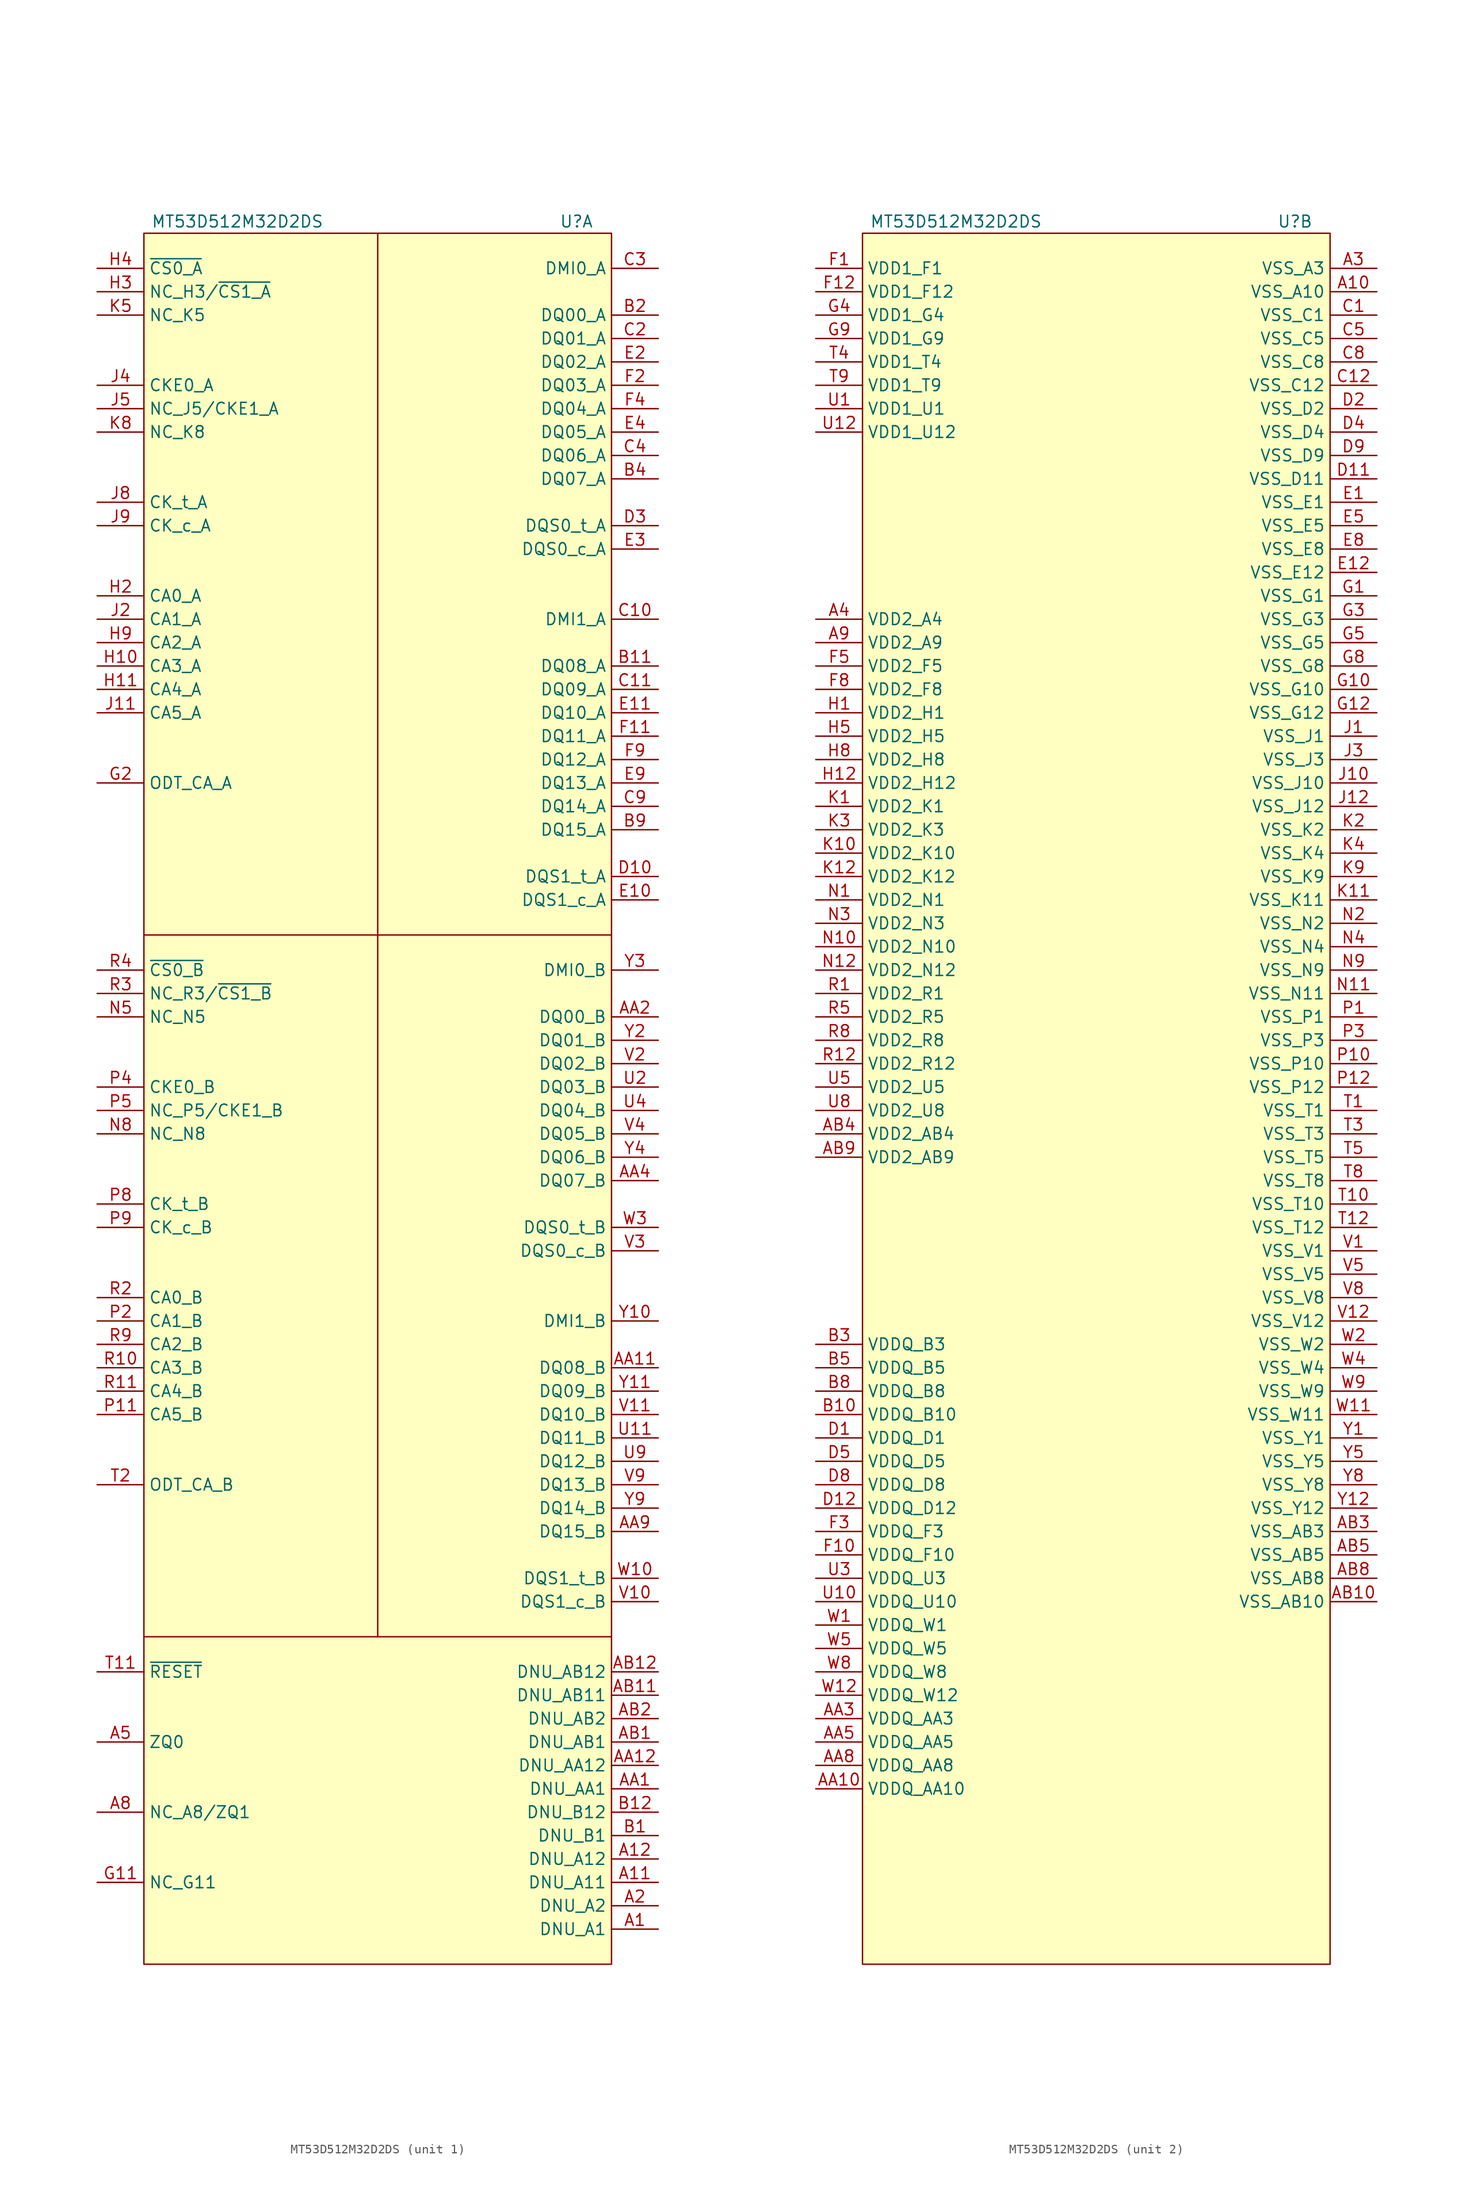
<source format=kicad_sym>
(kicad_symbol_lib
  (version 20211014)
  (generator kicad_symbol_editor)
  (symbol "MT53D512M32D2DS"
    (property "Reference" "U"
      (at 21.59 77.47 0)
      (effects (font (size 1.27 1.27))))
    (property "Value" "MT53D512M32D2DS"
      (at -15.24 77.47 0)
      (effects (font (size 1.27 1.27))))
    (property "ki_locked" ""
      (at 0 0 0)
      (effects (font (size 1.27 1.27))))
    (symbol "MT53D512M32D2DS_1_0"
      (pin passive line (at 30.48 -107.95 180) (length 5.08) (name "DNU_A1" (effects (font (size 1.27 1.27)))) (number "A1" (effects (font (size 1.27 1.27)))))
      (pin passive line (at 30.48 -102.87 180) (length 5.08) (name "DNU_A11" (effects (font (size 1.27 1.27)))) (number "A11" (effects (font (size 1.27 1.27)))))
      (pin passive line (at 30.48 -100.33 180) (length 5.08) (name "DNU_A12" (effects (font (size 1.27 1.27)))) (number "A12" (effects (font (size 1.27 1.27)))))
      (pin passive line (at 30.48 -105.41 180) (length 5.08) (name "DNU_A2" (effects (font (size 1.27 1.27)))) (number "A2" (effects (font (size 1.27 1.27)))))
      (pin passive line (at 30.48 -92.71 180) (length 5.08) (name "DNU_AA1" (effects (font (size 1.27 1.27)))) (number "AA1" (effects (font (size 1.27 1.27)))))
      (pin bidirectional line (at 30.48 -46.99 180) (length 5.08) (name "DQ08_B" (effects (font (size 1.27 1.27)))) (number "AA11" (effects (font (size 1.27 1.27)))))
      (pin passive line (at 30.48 -90.17 180) (length 5.08) (name "DNU_AA12" (effects (font (size 1.27 1.27)))) (number "AA12" (effects (font (size 1.27 1.27)))))
      (pin bidirectional line (at 30.48 -8.89 180) (length 5.08) (name "DQ00_B" (effects (font (size 1.27 1.27)))) (number "AA2" (effects (font (size 1.27 1.27)))))
      (pin bidirectional line (at 30.48 -26.67 180) (length 5.08) (name "DQ07_B" (effects (font (size 1.27 1.27)))) (number "AA4" (effects (font (size 1.27 1.27)))))
      (pin bidirectional line (at 30.48 -64.77 180) (length 5.08) (name "DQ15_B" (effects (font (size 1.27 1.27)))) (number "AA9" (effects (font (size 1.27 1.27)))))
      (pin passive line (at 30.48 -87.63 180) (length 5.08) (name "DNU_AB1" (effects (font (size 1.27 1.27)))) (number "AB1" (effects (font (size 1.27 1.27)))))
      (pin passive line (at 30.48 -82.55 180) (length 5.08) (name "DNU_AB11" (effects (font (size 1.27 1.27)))) (number "AB11" (effects (font (size 1.27 1.27)))))
      (pin passive line (at 30.48 -80.01 180) (length 5.08) (name "DNU_AB12" (effects (font (size 1.27 1.27)))) (number "AB12" (effects (font (size 1.27 1.27)))))
      (pin passive line (at 30.48 -85.09 180) (length 5.08) (name "DNU_AB2" (effects (font (size 1.27 1.27)))) (number "AB2" (effects (font (size 1.27 1.27)))))
      (pin passive line (at 30.48 -97.79 180) (length 5.08) (name "DNU_B1" (effects (font (size 1.27 1.27)))) (number "B1" (effects (font (size 1.27 1.27)))))
      (pin bidirectional line (at 30.48 29.21 180) (length 5.08) (name "DQ08_A" (effects (font (size 1.27 1.27)))) (number "B11" (effects (font (size 1.27 1.27)))))
      (pin passive line (at 30.48 -95.25 180) (length 5.08) (name "DNU_B12" (effects (font (size 1.27 1.27)))) (number "B12" (effects (font (size 1.27 1.27)))))
      (pin bidirectional line (at 30.48 67.31 180) (length 5.08) (name "DQ00_A" (effects (font (size 1.27 1.27)))) (number "B2" (effects (font (size 1.27 1.27)))))
      (pin bidirectional line (at 30.48 49.53 180) (length 5.08) (name "DQ07_A" (effects (font (size 1.27 1.27)))) (number "B4" (effects (font (size 1.27 1.27)))))
      (pin bidirectional line (at 30.48 11.43 180) (length 5.08) (name "DQ15_A" (effects (font (size 1.27 1.27)))) (number "B9" (effects (font (size 1.27 1.27)))))
      (pin bidirectional line (at 30.48 34.29 180) (length 5.08) (name "DMI1_A" (effects (font (size 1.27 1.27)))) (number "C10" (effects (font (size 1.27 1.27)))))
      (pin bidirectional line (at 30.48 26.67 180) (length 5.08) (name "DQ09_A" (effects (font (size 1.27 1.27)))) (number "C11" (effects (font (size 1.27 1.27)))))
      (pin bidirectional line (at 30.48 64.77 180) (length 5.08) (name "DQ01_A" (effects (font (size 1.27 1.27)))) (number "C2" (effects (font (size 1.27 1.27)))))
      (pin bidirectional line (at 30.48 72.39 180) (length 5.08) (name "DMI0_A" (effects (font (size 1.27 1.27)))) (number "C3" (effects (font (size 1.27 1.27)))))
      (pin bidirectional line (at 30.48 52.07 180) (length 5.08) (name "DQ06_A" (effects (font (size 1.27 1.27)))) (number "C4" (effects (font (size 1.27 1.27)))))
      (pin bidirectional line (at 30.48 13.97 180) (length 5.08) (name "DQ14_A" (effects (font (size 1.27 1.27)))) (number "C9" (effects (font (size 1.27 1.27)))))
      (pin bidirectional line (at 30.48 6.35 180) (length 5.08) (name "DQS1_t_A" (effects (font (size 1.27 1.27)))) (number "D10" (effects (font (size 1.27 1.27)))))
      (pin bidirectional line (at 30.48 44.45 180) (length 5.08) (name "DQS0_t_A" (effects (font (size 1.27 1.27)))) (number "D3" (effects (font (size 1.27 1.27)))))
      (pin bidirectional line (at 30.48 3.81 180) (length 5.08) (name "DQS1_c_A" (effects (font (size 1.27 1.27)))) (number "E10" (effects (font (size 1.27 1.27)))))
      (pin bidirectional line (at 30.48 24.13 180) (length 5.08) (name "DQ10_A" (effects (font (size 1.27 1.27)))) (number "E11" (effects (font (size 1.27 1.27)))))
      (pin bidirectional line (at 30.48 62.23 180) (length 5.08) (name "DQ02_A" (effects (font (size 1.27 1.27)))) (number "E2" (effects (font (size 1.27 1.27)))))
      (pin bidirectional line (at 30.48 41.91 180) (length 5.08) (name "DQS0_c_A" (effects (font (size 1.27 1.27)))) (number "E3" (effects (font (size 1.27 1.27)))))
      (pin bidirectional line (at 30.48 54.61 180) (length 5.08) (name "DQ05_A" (effects (font (size 1.27 1.27)))) (number "E4" (effects (font (size 1.27 1.27)))))
      (pin bidirectional line (at 30.48 16.51 180) (length 5.08) (name "DQ13_A" (effects (font (size 1.27 1.27)))) (number "E9" (effects (font (size 1.27 1.27)))))
      (pin bidirectional line (at 30.48 21.59 180) (length 5.08) (name "DQ11_A" (effects (font (size 1.27 1.27)))) (number "F11" (effects (font (size 1.27 1.27)))))
      (pin bidirectional line (at 30.48 59.69 180) (length 5.08) (name "DQ03_A" (effects (font (size 1.27 1.27)))) (number "F2" (effects (font (size 1.27 1.27)))))
      (pin bidirectional line (at 30.48 57.15 180) (length 5.08) (name "DQ04_A" (effects (font (size 1.27 1.27)))) (number "F4" (effects (font (size 1.27 1.27)))))
      (pin bidirectional line (at 30.48 19.05 180) (length 5.08) (name "DQ12_A" (effects (font (size 1.27 1.27)))) (number "F9" (effects (font (size 1.27 1.27)))))
      (pin bidirectional line (at 30.48 -54.61 180) (length 5.08) (name "DQ11_B" (effects (font (size 1.27 1.27)))) (number "U11" (effects (font (size 1.27 1.27)))))
      (pin bidirectional line (at 30.48 -16.51 180) (length 5.08) (name "DQ03_B" (effects (font (size 1.27 1.27)))) (number "U2" (effects (font (size 1.27 1.27)))))
      (pin bidirectional line (at 30.48 -19.05 180) (length 5.08) (name "DQ04_B" (effects (font (size 1.27 1.27)))) (number "U4" (effects (font (size 1.27 1.27)))))
      (pin bidirectional line (at 30.48 -57.15 180) (length 5.08) (name "DQ12_B" (effects (font (size 1.27 1.27)))) (number "U9" (effects (font (size 1.27 1.27)))))
      (pin bidirectional line (at 30.48 -72.39 180) (length 5.08) (name "DQS1_c_B" (effects (font (size 1.27 1.27)))) (number "V10" (effects (font (size 1.27 1.27)))))
      (pin bidirectional line (at 30.48 -52.07 180) (length 5.08) (name "DQ10_B" (effects (font (size 1.27 1.27)))) (number "V11" (effects (font (size 1.27 1.27)))))
      (pin bidirectional line (at 30.48 -13.97 180) (length 5.08) (name "DQ02_B" (effects (font (size 1.27 1.27)))) (number "V2" (effects (font (size 1.27 1.27)))))
      (pin bidirectional line (at 30.48 -34.29 180) (length 5.08) (name "DQS0_c_B" (effects (font (size 1.27 1.27)))) (number "V3" (effects (font (size 1.27 1.27)))))
      (pin bidirectional line (at 30.48 -21.59 180) (length 5.08) (name "DQ05_B" (effects (font (size 1.27 1.27)))) (number "V4" (effects (font (size 1.27 1.27)))))
      (pin bidirectional line (at 30.48 -59.69 180) (length 5.08) (name "DQ13_B" (effects (font (size 1.27 1.27)))) (number "V9" (effects (font (size 1.27 1.27)))))
      (pin bidirectional line (at 30.48 -69.85 180) (length 5.08) (name "DQS1_t_B" (effects (font (size 1.27 1.27)))) (number "W10" (effects (font (size 1.27 1.27)))))
      (pin bidirectional line (at 30.48 -31.75 180) (length 5.08) (name "DQS0_t_B" (effects (font (size 1.27 1.27)))) (number "W3" (effects (font (size 1.27 1.27)))))
      (pin bidirectional line (at 30.48 -41.91 180) (length 5.08) (name "DMI1_B" (effects (font (size 1.27 1.27)))) (number "Y10" (effects (font (size 1.27 1.27)))))
      (pin bidirectional line (at 30.48 -49.53 180) (length 5.08) (name "DQ09_B" (effects (font (size 1.27 1.27)))) (number "Y11" (effects (font (size 1.27 1.27)))))
      (pin bidirectional line (at 30.48 -11.43 180) (length 5.08) (name "DQ01_B" (effects (font (size 1.27 1.27)))) (number "Y2" (effects (font (size 1.27 1.27)))))
      (pin bidirectional line (at 30.48 -3.81 180) (length 5.08) (name "DMI0_B" (effects (font (size 1.27 1.27)))) (number "Y3" (effects (font (size 1.27 1.27)))))
      (pin bidirectional line (at 30.48 -24.13 180) (length 5.08) (name "DQ06_B" (effects (font (size 1.27 1.27)))) (number "Y4" (effects (font (size 1.27 1.27)))))
      (pin bidirectional line (at 30.48 -62.23 180) (length 5.08) (name "DQ14_B" (effects (font (size 1.27 1.27)))) (number "Y9" (effects (font (size 1.27 1.27))))))
    (symbol "MT53D512M32D2DS_1_1"
      (rectangle (start -25.4 76.2) (end 25.4 -111.76) (stroke (width 0.152) (type default) (color 0 0 0 0)) (fill (type background)))
      (polyline (pts (xy 0 -76.2) (xy -25.4 -76.2)) (stroke (width 0.152) (type default) (color 0 0 0 0)) (fill (type none)))
      (polyline (pts (xy 0 0) (xy -25.4 0)) (stroke (width 0.152) (type default) (color 0 0 0 0)) (fill (type none)))
      (polyline (pts (xy 0 76.2) (xy 0 -76.2)) (stroke (width 0.152) (type default) (color 0 0 0 0)) (fill (type none)))
      (polyline (pts (xy 25.4 -76.2) (xy 0 -76.2)) (stroke (width 0.152) (type default) (color 0 0 0 0)) (fill (type none)))
      (polyline (pts (xy 25.4 0) (xy 0 0)) (stroke (width 0.152) (type default) (color 0 0 0 0)) (fill (type none)))
      (pin passive line (at -30.48 -87.63 0) (length 5.08) (name "ZQ0" (effects (font (size 1.27 1.27)))) (number "A5" (effects (font (size 1.27 1.27)))))
      (pin passive line (at -30.48 -95.25 0) (length 5.08) (name "NC_A8/ZQ1" (effects (font (size 1.27 1.27)))) (number "A8" (effects (font (size 1.27 1.27)))))
      (pin passive line (at -30.48 -102.87 0) (length 5.08) (name "NC_G11" (effects (font (size 1.27 1.27)))) (number "G11" (effects (font (size 1.27 1.27)))))
      (pin input line (at -30.48 16.51 0) (length 5.08) (name "ODT_CA_A" (effects (font (size 1.27 1.27)))) (number "G2" (effects (font (size 1.27 1.27)))))
      (pin input line (at -30.48 29.21 0) (length 5.08) (name "CA3_A" (effects (font (size 1.27 1.27)))) (number "H10" (effects (font (size 1.27 1.27)))))
      (pin input line (at -30.48 26.67 0) (length 5.08) (name "CA4_A" (effects (font (size 1.27 1.27)))) (number "H11" (effects (font (size 1.27 1.27)))))
      (pin input line (at -30.48 36.83 0) (length 5.08) (name "CA0_A" (effects (font (size 1.27 1.27)))) (number "H2" (effects (font (size 1.27 1.27)))))
      (pin input line (at -30.48 69.85 0) (length 5.08) (name "NC_H3/~{CS1_A}" (effects (font (size 1.27 1.27)))) (number "H3" (effects (font (size 1.27 1.27)))))
      (pin input line (at -30.48 72.39 0) (length 5.08) (name "~{CS0_A}" (effects (font (size 1.27 1.27)))) (number "H4" (effects (font (size 1.27 1.27)))))
      (pin input line (at -30.48 31.75 0) (length 5.08) (name "CA2_A" (effects (font (size 1.27 1.27)))) (number "H9" (effects (font (size 1.27 1.27)))))
      (pin input line (at -30.48 24.13 0) (length 5.08) (name "CA5_A" (effects (font (size 1.27 1.27)))) (number "J11" (effects (font (size 1.27 1.27)))))
      (pin input line (at -30.48 34.29 0) (length 5.08) (name "CA1_A" (effects (font (size 1.27 1.27)))) (number "J2" (effects (font (size 1.27 1.27)))))
      (pin input line (at -30.48 59.69 0) (length 5.08) (name "CKE0_A" (effects (font (size 1.27 1.27)))) (number "J4" (effects (font (size 1.27 1.27)))))
      (pin input line (at -30.48 57.15 0) (length 5.08) (name "NC_J5/CKE1_A" (effects (font (size 1.27 1.27)))) (number "J5" (effects (font (size 1.27 1.27)))))
      (pin input line (at -30.48 46.99 0) (length 5.08) (name "CK_t_A" (effects (font (size 1.27 1.27)))) (number "J8" (effects (font (size 1.27 1.27)))))
      (pin input line (at -30.48 44.45 0) (length 5.08) (name "CK_c_A" (effects (font (size 1.27 1.27)))) (number "J9" (effects (font (size 1.27 1.27)))))
      (pin passive line (at -30.48 67.31 0) (length 5.08) (name "NC_K5" (effects (font (size 1.27 1.27)))) (number "K5" (effects (font (size 1.27 1.27)))))
      (pin passive line (at -30.48 54.61 0) (length 5.08) (name "NC_K8" (effects (font (size 1.27 1.27)))) (number "K8" (effects (font (size 1.27 1.27)))))
      (pin passive line (at -30.48 -8.89 0) (length 5.08) (name "NC_N5" (effects (font (size 1.27 1.27)))) (number "N5" (effects (font (size 1.27 1.27)))))
      (pin passive line (at -30.48 -21.59 0) (length 5.08) (name "NC_N8" (effects (font (size 1.27 1.27)))) (number "N8" (effects (font (size 1.27 1.27)))))
      (pin input line (at -30.48 -52.07 0) (length 5.08) (name "CA5_B" (effects (font (size 1.27 1.27)))) (number "P11" (effects (font (size 1.27 1.27)))))
      (pin input line (at -30.48 -41.91 0) (length 5.08) (name "CA1_B" (effects (font (size 1.27 1.27)))) (number "P2" (effects (font (size 1.27 1.27)))))
      (pin input line (at -30.48 -16.51 0) (length 5.08) (name "CKE0_B" (effects (font (size 1.27 1.27)))) (number "P4" (effects (font (size 1.27 1.27)))))
      (pin input line (at -30.48 -19.05 0) (length 5.08) (name "NC_P5/CKE1_B" (effects (font (size 1.27 1.27)))) (number "P5" (effects (font (size 1.27 1.27)))))
      (pin input line (at -30.48 -29.21 0) (length 5.08) (name "CK_t_B" (effects (font (size 1.27 1.27)))) (number "P8" (effects (font (size 1.27 1.27)))))
      (pin input line (at -30.48 -31.75 0) (length 5.08) (name "CK_c_B" (effects (font (size 1.27 1.27)))) (number "P9" (effects (font (size 1.27 1.27)))))
      (pin input line (at -30.48 -46.99 0) (length 5.08) (name "CA3_B" (effects (font (size 1.27 1.27)))) (number "R10" (effects (font (size 1.27 1.27)))))
      (pin input line (at -30.48 -49.53 0) (length 5.08) (name "CA4_B" (effects (font (size 1.27 1.27)))) (number "R11" (effects (font (size 1.27 1.27)))))
      (pin input line (at -30.48 -39.37 0) (length 5.08) (name "CA0_B" (effects (font (size 1.27 1.27)))) (number "R2" (effects (font (size 1.27 1.27)))))
      (pin input line (at -30.48 -6.35 0) (length 5.08) (name "NC_R3/~{CS1_B}" (effects (font (size 1.27 1.27)))) (number "R3" (effects (font (size 1.27 1.27)))))
      (pin input line (at -30.48 -3.81 0) (length 5.08) (name "~{CS0_B}" (effects (font (size 1.27 1.27)))) (number "R4" (effects (font (size 1.27 1.27)))))
      (pin input line (at -30.48 -44.45 0) (length 5.08) (name "CA2_B" (effects (font (size 1.27 1.27)))) (number "R9" (effects (font (size 1.27 1.27)))))
      (pin input line (at -30.48 -80.01 0) (length 5.08) (name "~{RESET}" (effects (font (size 1.27 1.27)))) (number "T11" (effects (font (size 1.27 1.27)))))
      (pin input line (at -30.48 -59.69 0) (length 5.08) (name "ODT_CA_B" (effects (font (size 1.27 1.27)))) (number "T2" (effects (font (size 1.27 1.27))))))
    (symbol "MT53D512M32D2DS_2_1"
      (rectangle (start -25.4 76.2) (end 25.4 -111.76) (stroke (width 0.152) (type default) (color 0 0 0 0)) (fill (type background)))
      (pin power_in line (at 30.48 69.85 180) (length 5.08) (name "VSS_A10" (effects (font (size 1.27 1.27)))) (number "A10" (effects (font (size 1.27 1.27)))))
      (pin power_in line (at 30.48 72.39 180) (length 5.08) (name "VSS_A3" (effects (font (size 1.27 1.27)))) (number "A3" (effects (font (size 1.27 1.27)))))
      (pin power_in line (at -30.48 34.29 0) (length 5.08) (name "VDD2_A4" (effects (font (size 1.27 1.27)))) (number "A4" (effects (font (size 1.27 1.27)))))
      (pin power_in line (at -30.48 31.75 0) (length 5.08) (name "VDD2_A9" (effects (font (size 1.27 1.27)))) (number "A9" (effects (font (size 1.27 1.27)))))
      (pin power_in line (at -30.48 -92.71 0) (length 5.08) (name "VDDQ_AA10" (effects (font (size 1.27 1.27)))) (number "AA10" (effects (font (size 1.27 1.27)))))
      (pin power_in line (at -30.48 -85.09 0) (length 5.08) (name "VDDQ_AA3" (effects (font (size 1.27 1.27)))) (number "AA3" (effects (font (size 1.27 1.27)))))
      (pin power_in line (at -30.48 -87.63 0) (length 5.08) (name "VDDQ_AA5" (effects (font (size 1.27 1.27)))) (number "AA5" (effects (font (size 1.27 1.27)))))
      (pin power_in line (at -30.48 -90.17 0) (length 5.08) (name "VDDQ_AA8" (effects (font (size 1.27 1.27)))) (number "AA8" (effects (font (size 1.27 1.27)))))
      (pin power_in line (at 30.48 -72.39 180) (length 5.08) (name "VSS_AB10" (effects (font (size 1.27 1.27)))) (number "AB10" (effects (font (size 1.27 1.27)))))
      (pin power_in line (at 30.48 -64.77 180) (length 5.08) (name "VSS_AB3" (effects (font (size 1.27 1.27)))) (number "AB3" (effects (font (size 1.27 1.27)))))
      (pin power_in line (at -30.48 -21.59 0) (length 5.08) (name "VDD2_AB4" (effects (font (size 1.27 1.27)))) (number "AB4" (effects (font (size 1.27 1.27)))))
      (pin power_in line (at 30.48 -67.31 180) (length 5.08) (name "VSS_AB5" (effects (font (size 1.27 1.27)))) (number "AB5" (effects (font (size 1.27 1.27)))))
      (pin power_in line (at 30.48 -69.85 180) (length 5.08) (name "VSS_AB8" (effects (font (size 1.27 1.27)))) (number "AB8" (effects (font (size 1.27 1.27)))))
      (pin power_in line (at -30.48 -24.13 0) (length 5.08) (name "VDD2_AB9" (effects (font (size 1.27 1.27)))) (number "AB9" (effects (font (size 1.27 1.27)))))
      (pin power_in line (at -30.48 -52.07 0) (length 5.08) (name "VDDQ_B10" (effects (font (size 1.27 1.27)))) (number "B10" (effects (font (size 1.27 1.27)))))
      (pin power_in line (at -30.48 -44.45 0) (length 5.08) (name "VDDQ_B3" (effects (font (size 1.27 1.27)))) (number "B3" (effects (font (size 1.27 1.27)))))
      (pin power_in line (at -30.48 -46.99 0) (length 5.08) (name "VDDQ_B5" (effects (font (size 1.27 1.27)))) (number "B5" (effects (font (size 1.27 1.27)))))
      (pin power_in line (at -30.48 -49.53 0) (length 5.08) (name "VDDQ_B8" (effects (font (size 1.27 1.27)))) (number "B8" (effects (font (size 1.27 1.27)))))
      (pin power_in line (at 30.48 67.31 180) (length 5.08) (name "VSS_C1" (effects (font (size 1.27 1.27)))) (number "C1" (effects (font (size 1.27 1.27)))))
      (pin power_in line (at 30.48 59.69 180) (length 5.08) (name "VSS_C12" (effects (font (size 1.27 1.27)))) (number "C12" (effects (font (size 1.27 1.27)))))
      (pin power_in line (at 30.48 64.77 180) (length 5.08) (name "VSS_C5" (effects (font (size 1.27 1.27)))) (number "C5" (effects (font (size 1.27 1.27)))))
      (pin power_in line (at 30.48 62.23 180) (length 5.08) (name "VSS_C8" (effects (font (size 1.27 1.27)))) (number "C8" (effects (font (size 1.27 1.27)))))
      (pin power_in line (at -30.48 -54.61 0) (length 5.08) (name "VDDQ_D1" (effects (font (size 1.27 1.27)))) (number "D1" (effects (font (size 1.27 1.27)))))
      (pin power_in line (at 30.48 49.53 180) (length 5.08) (name "VSS_D11" (effects (font (size 1.27 1.27)))) (number "D11" (effects (font (size 1.27 1.27)))))
      (pin power_in line (at -30.48 -62.23 0) (length 5.08) (name "VDDQ_D12" (effects (font (size 1.27 1.27)))) (number "D12" (effects (font (size 1.27 1.27)))))
      (pin power_in line (at 30.48 57.15 180) (length 5.08) (name "VSS_D2" (effects (font (size 1.27 1.27)))) (number "D2" (effects (font (size 1.27 1.27)))))
      (pin power_in line (at 30.48 54.61 180) (length 5.08) (name "VSS_D4" (effects (font (size 1.27 1.27)))) (number "D4" (effects (font (size 1.27 1.27)))))
      (pin power_in line (at -30.48 -57.15 0) (length 5.08) (name "VDDQ_D5" (effects (font (size 1.27 1.27)))) (number "D5" (effects (font (size 1.27 1.27)))))
      (pin power_in line (at -30.48 -59.69 0) (length 5.08) (name "VDDQ_D8" (effects (font (size 1.27 1.27)))) (number "D8" (effects (font (size 1.27 1.27)))))
      (pin power_in line (at 30.48 52.07 180) (length 5.08) (name "VSS_D9" (effects (font (size 1.27 1.27)))) (number "D9" (effects (font (size 1.27 1.27)))))
      (pin power_in line (at 30.48 46.99 180) (length 5.08) (name "VSS_E1" (effects (font (size 1.27 1.27)))) (number "E1" (effects (font (size 1.27 1.27)))))
      (pin power_in line (at 30.48 39.37 180) (length 5.08) (name "VSS_E12" (effects (font (size 1.27 1.27)))) (number "E12" (effects (font (size 1.27 1.27)))))
      (pin power_in line (at 30.48 44.45 180) (length 5.08) (name "VSS_E5" (effects (font (size 1.27 1.27)))) (number "E5" (effects (font (size 1.27 1.27)))))
      (pin power_in line (at 30.48 41.91 180) (length 5.08) (name "VSS_E8" (effects (font (size 1.27 1.27)))) (number "E8" (effects (font (size 1.27 1.27)))))
      (pin power_in line (at -30.48 72.39 0) (length 5.08) (name "VDD1_F1" (effects (font (size 1.27 1.27)))) (number "F1" (effects (font (size 1.27 1.27)))))
      (pin power_in line (at -30.48 -67.31 0) (length 5.08) (name "VDDQ_F10" (effects (font (size 1.27 1.27)))) (number "F10" (effects (font (size 1.27 1.27)))))
      (pin power_in line (at -30.48 69.85 0) (length 5.08) (name "VDD1_F12" (effects (font (size 1.27 1.27)))) (number "F12" (effects (font (size 1.27 1.27)))))
      (pin power_in line (at -30.48 -64.77 0) (length 5.08) (name "VDDQ_F3" (effects (font (size 1.27 1.27)))) (number "F3" (effects (font (size 1.27 1.27)))))
      (pin power_in line (at -30.48 29.21 0) (length 5.08) (name "VDD2_F5" (effects (font (size 1.27 1.27)))) (number "F5" (effects (font (size 1.27 1.27)))))
      (pin power_in line (at -30.48 26.67 0) (length 5.08) (name "VDD2_F8" (effects (font (size 1.27 1.27)))) (number "F8" (effects (font (size 1.27 1.27)))))
      (pin power_in line (at 30.48 36.83 180) (length 5.08) (name "VSS_G1" (effects (font (size 1.27 1.27)))) (number "G1" (effects (font (size 1.27 1.27)))))
      (pin power_in line (at 30.48 26.67 180) (length 5.08) (name "VSS_G10" (effects (font (size 1.27 1.27)))) (number "G10" (effects (font (size 1.27 1.27)))))
      (pin power_in line (at 30.48 24.13 180) (length 5.08) (name "VSS_G12" (effects (font (size 1.27 1.27)))) (number "G12" (effects (font (size 1.27 1.27)))))
      (pin power_in line (at 30.48 34.29 180) (length 5.08) (name "VSS_G3" (effects (font (size 1.27 1.27)))) (number "G3" (effects (font (size 1.27 1.27)))))
      (pin power_in line (at -30.48 67.31 0) (length 5.08) (name "VDD1_G4" (effects (font (size 1.27 1.27)))) (number "G4" (effects (font (size 1.27 1.27)))))
      (pin power_in line (at 30.48 31.75 180) (length 5.08) (name "VSS_G5" (effects (font (size 1.27 1.27)))) (number "G5" (effects (font (size 1.27 1.27)))))
      (pin power_in line (at 30.48 29.21 180) (length 5.08) (name "VSS_G8" (effects (font (size 1.27 1.27)))) (number "G8" (effects (font (size 1.27 1.27)))))
      (pin power_in line (at -30.48 64.77 0) (length 5.08) (name "VDD1_G9" (effects (font (size 1.27 1.27)))) (number "G9" (effects (font (size 1.27 1.27)))))
      (pin power_in line (at -30.48 24.13 0) (length 5.08) (name "VDD2_H1" (effects (font (size 1.27 1.27)))) (number "H1" (effects (font (size 1.27 1.27)))))
      (pin power_in line (at -30.48 16.51 0) (length 5.08) (name "VDD2_H12" (effects (font (size 1.27 1.27)))) (number "H12" (effects (font (size 1.27 1.27)))))
      (pin power_in line (at -30.48 21.59 0) (length 5.08) (name "VDD2_H5" (effects (font (size 1.27 1.27)))) (number "H5" (effects (font (size 1.27 1.27)))))
      (pin power_in line (at -30.48 19.05 0) (length 5.08) (name "VDD2_H8" (effects (font (size 1.27 1.27)))) (number "H8" (effects (font (size 1.27 1.27)))))
      (pin power_in line (at 30.48 21.59 180) (length 5.08) (name "VSS_J1" (effects (font (size 1.27 1.27)))) (number "J1" (effects (font (size 1.27 1.27)))))
      (pin power_in line (at 30.48 16.51 180) (length 5.08) (name "VSS_J10" (effects (font (size 1.27 1.27)))) (number "J10" (effects (font (size 1.27 1.27)))))
      (pin power_in line (at 30.48 13.97 180) (length 5.08) (name "VSS_J12" (effects (font (size 1.27 1.27)))) (number "J12" (effects (font (size 1.27 1.27)))))
      (pin power_in line (at 30.48 19.05 180) (length 5.08) (name "VSS_J3" (effects (font (size 1.27 1.27)))) (number "J3" (effects (font (size 1.27 1.27)))))
      (pin power_in line (at -30.48 13.97 0) (length 5.08) (name "VDD2_K1" (effects (font (size 1.27 1.27)))) (number "K1" (effects (font (size 1.27 1.27)))))
      (pin power_in line (at -30.48 8.89 0) (length 5.08) (name "VDD2_K10" (effects (font (size 1.27 1.27)))) (number "K10" (effects (font (size 1.27 1.27)))))
      (pin power_in line (at 30.48 3.81 180) (length 5.08) (name "VSS_K11" (effects (font (size 1.27 1.27)))) (number "K11" (effects (font (size 1.27 1.27)))))
      (pin power_in line (at -30.48 6.35 0) (length 5.08) (name "VDD2_K12" (effects (font (size 1.27 1.27)))) (number "K12" (effects (font (size 1.27 1.27)))))
      (pin power_in line (at 30.48 11.43 180) (length 5.08) (name "VSS_K2" (effects (font (size 1.27 1.27)))) (number "K2" (effects (font (size 1.27 1.27)))))
      (pin power_in line (at -30.48 11.43 0) (length 5.08) (name "VDD2_K3" (effects (font (size 1.27 1.27)))) (number "K3" (effects (font (size 1.27 1.27)))))
      (pin power_in line (at 30.48 8.89 180) (length 5.08) (name "VSS_K4" (effects (font (size 1.27 1.27)))) (number "K4" (effects (font (size 1.27 1.27)))))
      (pin power_in line (at 30.48 6.35 180) (length 5.08) (name "VSS_K9" (effects (font (size 1.27 1.27)))) (number "K9" (effects (font (size 1.27 1.27)))))
      (pin power_in line (at -30.48 3.81 0) (length 5.08) (name "VDD2_N1" (effects (font (size 1.27 1.27)))) (number "N1" (effects (font (size 1.27 1.27)))))
      (pin power_in line (at -30.48 -1.27 0) (length 5.08) (name "VDD2_N10" (effects (font (size 1.27 1.27)))) (number "N10" (effects (font (size 1.27 1.27)))))
      (pin power_in line (at 30.48 -6.35 180) (length 5.08) (name "VSS_N11" (effects (font (size 1.27 1.27)))) (number "N11" (effects (font (size 1.27 1.27)))))
      (pin power_in line (at -30.48 -3.81 0) (length 5.08) (name "VDD2_N12" (effects (font (size 1.27 1.27)))) (number "N12" (effects (font (size 1.27 1.27)))))
      (pin power_in line (at 30.48 1.27 180) (length 5.08) (name "VSS_N2" (effects (font (size 1.27 1.27)))) (number "N2" (effects (font (size 1.27 1.27)))))
      (pin power_in line (at -30.48 1.27 0) (length 5.08) (name "VDD2_N3" (effects (font (size 1.27 1.27)))) (number "N3" (effects (font (size 1.27 1.27)))))
      (pin power_in line (at 30.48 -1.27 180) (length 5.08) (name "VSS_N4" (effects (font (size 1.27 1.27)))) (number "N4" (effects (font (size 1.27 1.27)))))
      (pin power_in line (at 30.48 -3.81 180) (length 5.08) (name "VSS_N9" (effects (font (size 1.27 1.27)))) (number "N9" (effects (font (size 1.27 1.27)))))
      (pin power_in line (at 30.48 -8.89 180) (length 5.08) (name "VSS_P1" (effects (font (size 1.27 1.27)))) (number "P1" (effects (font (size 1.27 1.27)))))
      (pin power_in line (at 30.48 -13.97 180) (length 5.08) (name "VSS_P10" (effects (font (size 1.27 1.27)))) (number "P10" (effects (font (size 1.27 1.27)))))
      (pin power_in line (at 30.48 -16.51 180) (length 5.08) (name "VSS_P12" (effects (font (size 1.27 1.27)))) (number "P12" (effects (font (size 1.27 1.27)))))
      (pin power_in line (at 30.48 -11.43 180) (length 5.08) (name "VSS_P3" (effects (font (size 1.27 1.27)))) (number "P3" (effects (font (size 1.27 1.27)))))
      (pin power_in line (at -30.48 -6.35 0) (length 5.08) (name "VDD2_R1" (effects (font (size 1.27 1.27)))) (number "R1" (effects (font (size 1.27 1.27)))))
      (pin power_in line (at -30.48 -13.97 0) (length 5.08) (name "VDD2_R12" (effects (font (size 1.27 1.27)))) (number "R12" (effects (font (size 1.27 1.27)))))
      (pin power_in line (at -30.48 -8.89 0) (length 5.08) (name "VDD2_R5" (effects (font (size 1.27 1.27)))) (number "R5" (effects (font (size 1.27 1.27)))))
      (pin power_in line (at -30.48 -11.43 0) (length 5.08) (name "VDD2_R8" (effects (font (size 1.27 1.27)))) (number "R8" (effects (font (size 1.27 1.27)))))
      (pin power_in line (at 30.48 -19.05 180) (length 5.08) (name "VSS_T1" (effects (font (size 1.27 1.27)))) (number "T1" (effects (font (size 1.27 1.27)))))
      (pin power_in line (at 30.48 -29.21 180) (length 5.08) (name "VSS_T10" (effects (font (size 1.27 1.27)))) (number "T10" (effects (font (size 1.27 1.27)))))
      (pin power_in line (at 30.48 -31.75 180) (length 5.08) (name "VSS_T12" (effects (font (size 1.27 1.27)))) (number "T12" (effects (font (size 1.27 1.27)))))
      (pin power_in line (at 30.48 -21.59 180) (length 5.08) (name "VSS_T3" (effects (font (size 1.27 1.27)))) (number "T3" (effects (font (size 1.27 1.27)))))
      (pin power_in line (at -30.48 62.23 0) (length 5.08) (name "VDD1_T4" (effects (font (size 1.27 1.27)))) (number "T4" (effects (font (size 1.27 1.27)))))
      (pin power_in line (at 30.48 -24.13 180) (length 5.08) (name "VSS_T5" (effects (font (size 1.27 1.27)))) (number "T5" (effects (font (size 1.27 1.27)))))
      (pin power_in line (at 30.48 -26.67 180) (length 5.08) (name "VSS_T8" (effects (font (size 1.27 1.27)))) (number "T8" (effects (font (size 1.27 1.27)))))
      (pin power_in line (at -30.48 59.69 0) (length 5.08) (name "VDD1_T9" (effects (font (size 1.27 1.27)))) (number "T9" (effects (font (size 1.27 1.27)))))
      (pin power_in line (at -30.48 57.15 0) (length 5.08) (name "VDD1_U1" (effects (font (size 1.27 1.27)))) (number "U1" (effects (font (size 1.27 1.27)))))
      (pin power_in line (at -30.48 -72.39 0) (length 5.08) (name "VDDQ_U10" (effects (font (size 1.27 1.27)))) (number "U10" (effects (font (size 1.27 1.27)))))
      (pin power_in line (at -30.48 54.61 0) (length 5.08) (name "VDD1_U12" (effects (font (size 1.27 1.27)))) (number "U12" (effects (font (size 1.27 1.27)))))
      (pin power_in line (at -30.48 -69.85 0) (length 5.08) (name "VDDQ_U3" (effects (font (size 1.27 1.27)))) (number "U3" (effects (font (size 1.27 1.27)))))
      (pin power_in line (at -30.48 -16.51 0) (length 5.08) (name "VDD2_U5" (effects (font (size 1.27 1.27)))) (number "U5" (effects (font (size 1.27 1.27)))))
      (pin power_in line (at -30.48 -19.05 0) (length 5.08) (name "VDD2_U8" (effects (font (size 1.27 1.27)))) (number "U8" (effects (font (size 1.27 1.27)))))
      (pin power_in line (at 30.48 -34.29 180) (length 5.08) (name "VSS_V1" (effects (font (size 1.27 1.27)))) (number "V1" (effects (font (size 1.27 1.27)))))
      (pin power_in line (at 30.48 -41.91 180) (length 5.08) (name "VSS_V12" (effects (font (size 1.27 1.27)))) (number "V12" (effects (font (size 1.27 1.27)))))
      (pin power_in line (at 30.48 -36.83 180) (length 5.08) (name "VSS_V5" (effects (font (size 1.27 1.27)))) (number "V5" (effects (font (size 1.27 1.27)))))
      (pin power_in line (at 30.48 -39.37 180) (length 5.08) (name "VSS_V8" (effects (font (size 1.27 1.27)))) (number "V8" (effects (font (size 1.27 1.27)))))
      (pin power_in line (at -30.48 -74.93 0) (length 5.08) (name "VDDQ_W1" (effects (font (size 1.27 1.27)))) (number "W1" (effects (font (size 1.27 1.27)))))
      (pin power_in line (at 30.48 -52.07 180) (length 5.08) (name "VSS_W11" (effects (font (size 1.27 1.27)))) (number "W11" (effects (font (size 1.27 1.27)))))
      (pin power_in line (at -30.48 -82.55 0) (length 5.08) (name "VDDQ_W12" (effects (font (size 1.27 1.27)))) (number "W12" (effects (font (size 1.27 1.27)))))
      (pin power_in line (at 30.48 -44.45 180) (length 5.08) (name "VSS_W2" (effects (font (size 1.27 1.27)))) (number "W2" (effects (font (size 1.27 1.27)))))
      (pin power_in line (at 30.48 -46.99 180) (length 5.08) (name "VSS_W4" (effects (font (size 1.27 1.27)))) (number "W4" (effects (font (size 1.27 1.27)))))
      (pin power_in line (at -30.48 -77.47 0) (length 5.08) (name "VDDQ_W5" (effects (font (size 1.27 1.27)))) (number "W5" (effects (font (size 1.27 1.27)))))
      (pin power_in line (at -30.48 -80.01 0) (length 5.08) (name "VDDQ_W8" (effects (font (size 1.27 1.27)))) (number "W8" (effects (font (size 1.27 1.27)))))
      (pin power_in line (at 30.48 -49.53 180) (length 5.08) (name "VSS_W9" (effects (font (size 1.27 1.27)))) (number "W9" (effects (font (size 1.27 1.27)))))
      (pin power_in line (at 30.48 -54.61 180) (length 5.08) (name "VSS_Y1" (effects (font (size 1.27 1.27)))) (number "Y1" (effects (font (size 1.27 1.27)))))
      (pin power_in line (at 30.48 -62.23 180) (length 5.08) (name "VSS_Y12" (effects (font (size 1.27 1.27)))) (number "Y12" (effects (font (size 1.27 1.27)))))
      (pin power_in line (at 30.48 -57.15 180) (length 5.08) (name "VSS_Y5" (effects (font (size 1.27 1.27)))) (number "Y5" (effects (font (size 1.27 1.27)))))
      (pin power_in line (at 30.48 -59.69 180) (length 5.08) (name "VSS_Y8" (effects (font (size 1.27 1.27)))) (number "Y8" (effects (font (size 1.27 1.27))))))))
</source>
